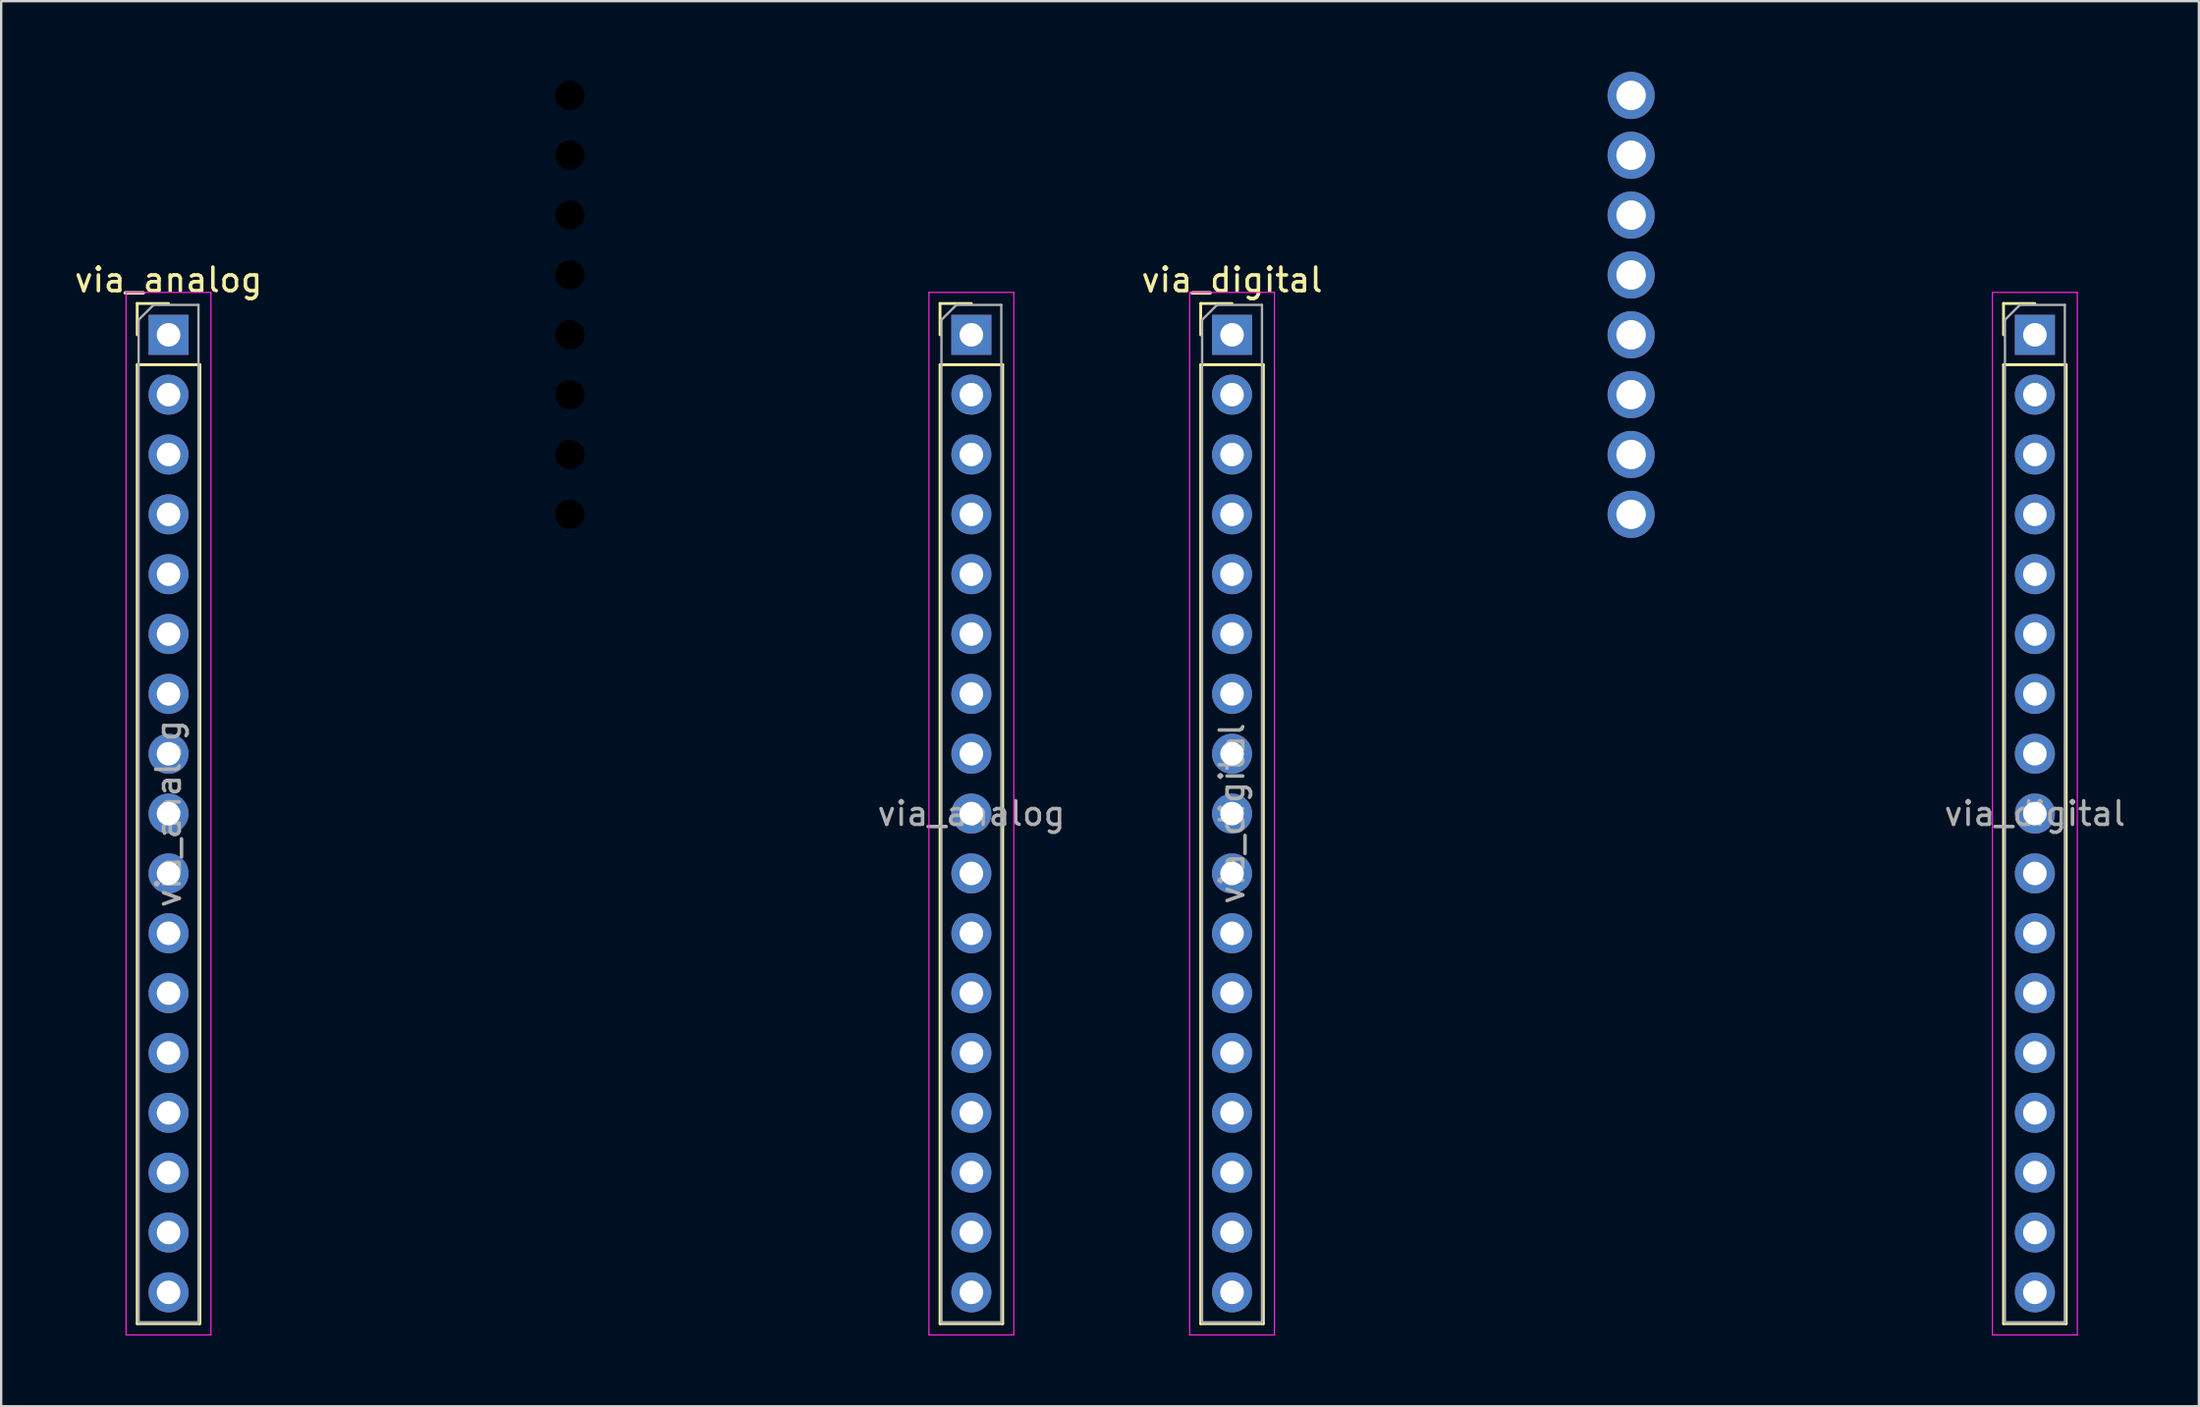
<source format=kicad_pcb>
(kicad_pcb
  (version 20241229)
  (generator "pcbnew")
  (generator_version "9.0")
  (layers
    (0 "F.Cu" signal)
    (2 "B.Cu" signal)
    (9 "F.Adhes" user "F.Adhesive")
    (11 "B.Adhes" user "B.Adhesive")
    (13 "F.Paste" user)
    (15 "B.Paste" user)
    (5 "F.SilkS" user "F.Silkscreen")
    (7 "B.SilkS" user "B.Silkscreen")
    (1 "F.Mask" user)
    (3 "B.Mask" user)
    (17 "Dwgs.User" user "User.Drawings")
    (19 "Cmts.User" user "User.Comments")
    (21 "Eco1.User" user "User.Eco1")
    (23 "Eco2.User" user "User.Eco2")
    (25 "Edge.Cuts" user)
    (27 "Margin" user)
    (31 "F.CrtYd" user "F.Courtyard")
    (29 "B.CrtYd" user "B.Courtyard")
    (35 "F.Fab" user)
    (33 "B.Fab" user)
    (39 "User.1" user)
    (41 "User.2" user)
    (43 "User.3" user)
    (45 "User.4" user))
  (footprint "via_analog"
    (layer "F.Cu")
    (at 4.101 11.16)
    (property "Reference" "via_analog" (at 0 -2.33 0) (layer "F.SilkS") (effects (font (size 1 1) (thickness 0.15))))
    (attr through_hole)
    (fp_line (start -1.33 -1.33) (end 0 -1.33) (stroke (width 0.12) (type solid)) (layer "F.SilkS"))
    (fp_line (start -1.33 0) (end -1.33 -1.33) (stroke (width 0.12) (type solid)) (layer "F.SilkS"))
    (fp_line (start -1.33 1.27) (end -1.33 41.97) (stroke (width 0.12) (type solid)) (layer "F.SilkS"))
    (fp_line (start -1.33 1.27) (end 1.33 1.27) (stroke (width 0.12) (type solid)) (layer "F.SilkS"))
    (fp_line (start -1.33 41.97) (end 1.33 41.97) (stroke (width 0.12) (type solid)) (layer "F.SilkS"))
    (fp_line (start 1.33 1.27) (end 1.33 41.97) (stroke (width 0.12) (type solid)) (layer "F.SilkS"))
    (fp_line (start 32.734 -1.33) (end 34.064 -1.33) (stroke (width 0.12) (type solid)) (layer "F.SilkS"))
    (fp_line (start 32.734 0) (end 32.734 -1.33) (stroke (width 0.12) (type solid)) (layer "F.SilkS"))
    (fp_line (start 32.734 1.27) (end 32.734 41.97) (stroke (width 0.12) (type solid)) (layer "F.SilkS"))
    (fp_line (start 32.734 1.27) (end 35.394 1.27) (stroke (width 0.12) (type solid)) (layer "F.SilkS"))
    (fp_line (start 32.734 41.97) (end 35.394 41.97) (stroke (width 0.12) (type solid)) (layer "F.SilkS"))
    (fp_line (start 35.394 1.27) (end 35.394 41.97) (stroke (width 0.12) (type solid)) (layer "F.SilkS"))
    (fp_line (start -1.8 -1.8) (end -1.8 42.45) (stroke (width 0.05) (type solid)) (layer "F.CrtYd"))
    (fp_line (start -1.8 42.45) (end 1.8 42.45) (stroke (width 0.05) (type solid)) (layer "F.CrtYd"))
    (fp_line (start 1.8 -1.8) (end -1.8 -1.8) (stroke (width 0.05) (type solid)) (layer "F.CrtYd"))
    (fp_line (start 1.8 42.45) (end 1.8 -1.8) (stroke (width 0.05) (type solid)) (layer "F.CrtYd"))
    (fp_line (start 32.264 -1.8) (end 32.264 42.45) (stroke (width 0.05) (type solid)) (layer "F.CrtYd"))
    (fp_line (start 32.264 42.45) (end 35.864 42.45) (stroke (width 0.05) (type solid)) (layer "F.CrtYd"))
    (fp_line (start 35.864 -1.8) (end 32.264 -1.8) (stroke (width 0.05) (type solid)) (layer "F.CrtYd"))
    (fp_line (start 35.864 42.45) (end 35.864 -1.8) (stroke (width 0.05) (type solid)) (layer "F.CrtYd"))
    (fp_line (start -1.27 -0.635) (end -0.635 -1.27) (stroke (width 0.1) (type solid)) (layer "F.Fab"))
    (fp_line (start -1.27 41.91) (end -1.27 -0.635) (stroke (width 0.1) (type solid)) (layer "F.Fab"))
    (fp_line (start -0.635 -1.27) (end 1.27 -1.27) (stroke (width 0.1) (type solid)) (layer "F.Fab"))
    (fp_line (start 1.27 -1.27) (end 1.27 41.91) (stroke (width 0.1) (type solid)) (layer "F.Fab"))
    (fp_line (start 1.27 41.91) (end -1.27 41.91) (stroke (width 0.1) (type solid)) (layer "F.Fab"))
    (fp_line (start 32.794 -0.635) (end 33.429 -1.27) (stroke (width 0.1) (type solid)) (layer "F.Fab"))
    (fp_line (start 32.794 41.91) (end 32.794 -0.635) (stroke (width 0.1) (type solid)) (layer "F.Fab"))
    (fp_line (start 33.429 -1.27) (end 35.334 -1.27) (stroke (width 0.1) (type solid)) (layer "F.Fab"))
    (fp_line (start 35.334 -1.27) (end 35.334 41.91) (stroke (width 0.1) (type solid)) (layer "F.Fab"))
    (fp_line (start 35.334 41.91) (end 32.794 41.91) (stroke (width 0.1) (type solid)) (layer "F.Fab"))
    (fp_text user "${REFERENCE}" (at 0 20.32 90) (layer "F.Fab") (effects (font (size 1 1) (thickness 0.15))))
    (fp_text user "${REFERENCE}" (at 34.064 20.32 0) (layer "F.Fab") (effects (font (size 1 1) (thickness 0.15))))
    (pad "" np_thru_hole circle (at 17.032 -10.16) (size 2 2) (drill 1.25) (layers "*.Mask"))
    (pad "" np_thru_hole circle (at 17.032 -7.62) (size 2 2) (drill 1.25) (layers "*.Mask"))
    (pad "" np_thru_hole circle (at 17.032 -5.08) (size 2 2) (drill 1.25) (layers "*.Mask"))
    (pad "" np_thru_hole circle (at 17.032 -2.54) (size 2 2) (drill 1.25) (layers "*.Mask"))
    (pad "" np_thru_hole circle (at 17.032 0) (size 2 2) (drill 1.25) (layers "*.Mask"))
    (pad "" np_thru_hole circle (at 17.032 2.54) (size 2 2) (drill 1.25) (layers "*.Mask"))
    (pad "" np_thru_hole circle (at 17.032 5.08) (size 2 2) (drill 1.25) (layers "*.Mask"))
    (pad "" np_thru_hole circle (at 17.032 7.62) (size 2 2) (drill 1.25) (layers "*.Mask"))
    (pad "1" thru_hole rect (at 0 0) (size 1.7 1.7) (drill 1) (layers "*.Cu" "*.Mask"))
    (pad "2" thru_hole oval (at 0 2.54) (size 1.7 1.7) (drill 1) (layers "*.Cu" "*.Mask"))
    (pad "3" thru_hole oval (at 0 5.08) (size 1.7 1.7) (drill 1) (layers "*.Cu" "*.Mask"))
    (pad "4" thru_hole oval (at 0 7.62) (size 1.7 1.7) (drill 1) (layers "*.Cu" "*.Mask"))
    (pad "5" thru_hole oval (at 0 10.16) (size 1.7 1.7) (drill 1) (layers "*.Cu" "*.Mask"))
    (pad "6" thru_hole oval (at 0 12.7) (size 1.7 1.7) (drill 1) (layers "*.Cu" "*.Mask"))
    (pad "7" thru_hole oval (at 0 15.24) (size 1.7 1.7) (drill 1) (layers "*.Cu" "*.Mask"))
    (pad "8" thru_hole oval (at 0 17.78) (size 1.7 1.7) (drill 1) (layers "*.Cu" "*.Mask"))
    (pad "9" thru_hole oval (at 0 20.32) (size 1.7 1.7) (drill 1) (layers "*.Cu" "*.Mask"))
    (pad "10" thru_hole oval (at 0 22.86) (size 1.7 1.7) (drill 1) (layers "*.Cu" "*.Mask"))
    (pad "11" thru_hole oval (at 0 25.4) (size 1.7 1.7) (drill 1) (layers "*.Cu" "*.Mask"))
    (pad "12" thru_hole oval (at 0 27.94) (size 1.7 1.7) (drill 1) (layers "*.Cu" "*.Mask"))
    (pad "13" thru_hole oval (at 0 30.48) (size 1.7 1.7) (drill 1) (layers "*.Cu" "*.Mask"))
    (pad "14" thru_hole oval (at 0 33.02) (size 1.7 1.7) (drill 1) (layers "*.Cu" "*.Mask"))
    (pad "15" thru_hole oval (at 0 35.56) (size 1.7 1.7) (drill 1) (layers "*.Cu" "*.Mask"))
    (pad "16" thru_hole oval (at 0 38.1) (size 1.7 1.7) (drill 1) (layers "*.Cu" "*.Mask"))
    (pad "17" thru_hole oval (at 0 40.64) (size 1.7 1.7) (drill 1) (layers "*.Cu" "*.Mask"))
    (pad "18" thru_hole rect (at 34.064 0) (size 1.7 1.7) (drill 1) (layers "*.Cu" "*.Mask"))
    (pad "19" thru_hole oval (at 34.064 2.54) (size 1.7 1.7) (drill 1) (layers "*.Cu" "*.Mask"))
    (pad "20" thru_hole oval (at 34.064 5.08) (size 1.7 1.7) (drill 1) (layers "*.Cu" "*.Mask"))
    (pad "21" thru_hole oval (at 34.064 7.62) (size 1.7 1.7) (drill 1) (layers "*.Cu" "*.Mask"))
    (pad "22" thru_hole oval (at 34.064 10.16) (size 1.7 1.7) (drill 1) (layers "*.Cu" "*.Mask"))
    (pad "23" thru_hole oval (at 34.064 12.7) (size 1.7 1.7) (drill 1) (layers "*.Cu" "*.Mask"))
    (pad "24" thru_hole oval (at 34.064 15.24) (size 1.7 1.7) (drill 1) (layers "*.Cu" "*.Mask"))
    (pad "25" thru_hole oval (at 34.064 17.78) (size 1.7 1.7) (drill 1) (layers "*.Cu" "*.Mask"))
    (pad "26" thru_hole oval (at 34.064 20.32) (size 1.7 1.7) (drill 1) (layers "*.Cu" "*.Mask"))
    (pad "27" thru_hole oval (at 34.064 22.86) (size 1.7 1.7) (drill 1) (layers "*.Cu" "*.Mask"))
    (pad "28" thru_hole oval (at 34.064 25.4) (size 1.7 1.7) (drill 1) (layers "*.Cu" "*.Mask"))
    (pad "29" thru_hole oval (at 34.064 27.94) (size 1.7 1.7) (drill 1) (layers "*.Cu" "*.Mask"))
    (pad "30" thru_hole oval (at 34.064 30.48) (size 1.7 1.7) (drill 1) (layers "*.Cu" "*.Mask"))
    (pad "31" thru_hole oval (at 34.064 33.02) (size 1.7 1.7) (drill 1) (layers "*.Cu" "*.Mask"))
    (pad "32" thru_hole oval (at 34.064 35.56) (size 1.7 1.7) (drill 1) (layers "*.Cu" "*.Mask"))
    (pad "33" thru_hole oval (at 34.064 38.1) (size 1.7 1.7) (drill 1) (layers "*.Cu" "*.Mask"))
    (pad "34" thru_hole oval (at 34.064 40.64) (size 1.7 1.7) (drill 1) (layers "*.Cu" "*.Mask")))
  (footprint "via_digital"
    (layer "F.Cu")
    (at 49.225 11.16)
    (property "Reference" "via_digital" (at 0 -2.33 0) (layer "F.SilkS") (effects (font (size 1 1) (thickness 0.15))))
    (attr through_hole)
    (fp_line (start -1.33 -1.33) (end 0 -1.33) (stroke (width 0.12) (type solid)) (layer "F.SilkS"))
    (fp_line (start -1.33 0) (end -1.33 -1.33) (stroke (width 0.12) (type solid)) (layer "F.SilkS"))
    (fp_line (start -1.33 1.27) (end -1.33 41.97) (stroke (width 0.12) (type solid)) (layer "F.SilkS"))
    (fp_line (start -1.33 1.27) (end 1.33 1.27) (stroke (width 0.12) (type solid)) (layer "F.SilkS"))
    (fp_line (start -1.33 41.97) (end 1.33 41.97) (stroke (width 0.12) (type solid)) (layer "F.SilkS"))
    (fp_line (start 1.33 1.27) (end 1.33 41.97) (stroke (width 0.12) (type solid)) (layer "F.SilkS"))
    (fp_line (start 32.734 -1.33) (end 34.064 -1.33) (stroke (width 0.12) (type solid)) (layer "F.SilkS"))
    (fp_line (start 32.734 0) (end 32.734 -1.33) (stroke (width 0.12) (type solid)) (layer "F.SilkS"))
    (fp_line (start 32.734 1.27) (end 32.734 41.97) (stroke (width 0.12) (type solid)) (layer "F.SilkS"))
    (fp_line (start 32.734 1.27) (end 35.394 1.27) (stroke (width 0.12) (type solid)) (layer "F.SilkS"))
    (fp_line (start 32.734 41.97) (end 35.394 41.97) (stroke (width 0.12) (type solid)) (layer "F.SilkS"))
    (fp_line (start 35.394 1.27) (end 35.394 41.97) (stroke (width 0.12) (type solid)) (layer "F.SilkS"))
    (fp_line (start -1.8 -1.8) (end -1.8 42.45) (stroke (width 0.05) (type solid)) (layer "F.CrtYd"))
    (fp_line (start -1.8 42.45) (end 1.8 42.45) (stroke (width 0.05) (type solid)) (layer "F.CrtYd"))
    (fp_line (start 1.8 -1.8) (end -1.8 -1.8) (stroke (width 0.05) (type solid)) (layer "F.CrtYd"))
    (fp_line (start 1.8 42.45) (end 1.8 -1.8) (stroke (width 0.05) (type solid)) (layer "F.CrtYd"))
    (fp_line (start 32.264 -1.8) (end 32.264 42.45) (stroke (width 0.05) (type solid)) (layer "F.CrtYd"))
    (fp_line (start 32.264 42.45) (end 35.864 42.45) (stroke (width 0.05) (type solid)) (layer "F.CrtYd"))
    (fp_line (start 35.864 -1.8) (end 32.264 -1.8) (stroke (width 0.05) (type solid)) (layer "F.CrtYd"))
    (fp_line (start 35.864 42.45) (end 35.864 -1.8) (stroke (width 0.05) (type solid)) (layer "F.CrtYd"))
    (fp_line (start -1.27 -0.635) (end -0.635 -1.27) (stroke (width 0.1) (type solid)) (layer "F.Fab"))
    (fp_line (start -1.27 41.91) (end -1.27 -0.635) (stroke (width 0.1) (type solid)) (layer "F.Fab"))
    (fp_line (start -0.635 -1.27) (end 1.27 -1.27) (stroke (width 0.1) (type solid)) (layer "F.Fab"))
    (fp_line (start 1.27 -1.27) (end 1.27 41.91) (stroke (width 0.1) (type solid)) (layer "F.Fab"))
    (fp_line (start 1.27 41.91) (end -1.27 41.91) (stroke (width 0.1) (type solid)) (layer "F.Fab"))
    (fp_line (start 32.794 -0.635) (end 33.429 -1.27) (stroke (width 0.1) (type solid)) (layer "F.Fab"))
    (fp_line (start 32.794 41.91) (end 32.794 -0.635) (stroke (width 0.1) (type solid)) (layer "F.Fab"))
    (fp_line (start 33.429 -1.27) (end 35.334 -1.27) (stroke (width 0.1) (type solid)) (layer "F.Fab"))
    (fp_line (start 35.334 -1.27) (end 35.334 41.91) (stroke (width 0.1) (type solid)) (layer "F.Fab"))
    (fp_line (start 35.334 41.91) (end 32.794 41.91) (stroke (width 0.1) (type solid)) (layer "F.Fab"))
    (fp_text user "${REFERENCE}" (at 0 20.32 90) (layer "F.Fab") (effects (font (size 1 1) (thickness 0.15))))
    (fp_text user "${REFERENCE}" (at 34.064 20.32 0) (layer "F.Fab") (effects (font (size 1 1) (thickness 0.15))))
    (pad "1" thru_hole rect (at 0 0) (size 1.7 1.7) (drill 1) (layers "*.Cu" "*.Mask"))
    (pad "2" thru_hole oval (at 0 2.54) (size 1.7 1.7) (drill 1) (layers "*.Cu" "*.Mask"))
    (pad "3" thru_hole oval (at 0 5.08) (size 1.7 1.7) (drill 1) (layers "*.Cu" "*.Mask"))
    (pad "4" thru_hole oval (at 0 7.62) (size 1.7 1.7) (drill 1) (layers "*.Cu" "*.Mask"))
    (pad "5" thru_hole oval (at 0 10.16) (size 1.7 1.7) (drill 1) (layers "*.Cu" "*.Mask"))
    (pad "6" thru_hole oval (at 0 12.7) (size 1.7 1.7) (drill 1) (layers "*.Cu" "*.Mask"))
    (pad "7" thru_hole oval (at 0 15.24) (size 1.7 1.7) (drill 1) (layers "*.Cu" "*.Mask"))
    (pad "8" thru_hole oval (at 0 17.78) (size 1.7 1.7) (drill 1) (layers "*.Cu" "*.Mask"))
    (pad "9" thru_hole oval (at 0 20.32) (size 1.7 1.7) (drill 1) (layers "*.Cu" "*.Mask"))
    (pad "10" thru_hole oval (at 0 22.86) (size 1.7 1.7) (drill 1) (layers "*.Cu" "*.Mask"))
    (pad "11" thru_hole oval (at 0 25.4) (size 1.7 1.7) (drill 1) (layers "*.Cu" "*.Mask"))
    (pad "12" thru_hole oval (at 0 27.94) (size 1.7 1.7) (drill 1) (layers "*.Cu" "*.Mask"))
    (pad "13" thru_hole oval (at 0 30.48) (size 1.7 1.7) (drill 1) (layers "*.Cu" "*.Mask"))
    (pad "14" thru_hole oval (at 0 33.02) (size 1.7 1.7) (drill 1) (layers "*.Cu" "*.Mask"))
    (pad "15" thru_hole oval (at 0 35.56) (size 1.7 1.7) (drill 1) (layers "*.Cu" "*.Mask"))
    (pad "16" thru_hole oval (at 0 38.1) (size 1.7 1.7) (drill 1) (layers "*.Cu" "*.Mask"))
    (pad "17" thru_hole oval (at 0 40.64) (size 1.7 1.7) (drill 1) (layers "*.Cu" "*.Mask"))
    (pad "18" thru_hole rect (at 34.064 0) (size 1.7 1.7) (drill 1) (layers "*.Cu" "*.Mask"))
    (pad "19" thru_hole oval (at 34.064 2.54) (size 1.7 1.7) (drill 1) (layers "*.Cu" "*.Mask"))
    (pad "20" thru_hole oval (at 34.064 5.08) (size 1.7 1.7) (drill 1) (layers "*.Cu" "*.Mask"))
    (pad "21" thru_hole oval (at 34.064 7.62) (size 1.7 1.7) (drill 1) (layers "*.Cu" "*.Mask"))
    (pad "22" thru_hole oval (at 34.064 10.16) (size 1.7 1.7) (drill 1) (layers "*.Cu" "*.Mask"))
    (pad "23" thru_hole oval (at 34.064 12.7) (size 1.7 1.7) (drill 1) (layers "*.Cu" "*.Mask"))
    (pad "24" thru_hole oval (at 34.064 15.24) (size 1.7 1.7) (drill 1) (layers "*.Cu" "*.Mask"))
    (pad "25" thru_hole oval (at 34.064 17.78) (size 1.7 1.7) (drill 1) (layers "*.Cu" "*.Mask"))
    (pad "26" thru_hole oval (at 34.064 20.32) (size 1.7 1.7) (drill 1) (layers "*.Cu" "*.Mask"))
    (pad "27" thru_hole oval (at 34.064 22.86) (size 1.7 1.7) (drill 1) (layers "*.Cu" "*.Mask"))
    (pad "28" thru_hole oval (at 34.064 25.4) (size 1.7 1.7) (drill 1) (layers "*.Cu" "*.Mask"))
    (pad "29" thru_hole oval (at 34.064 27.94) (size 1.7 1.7) (drill 1) (layers "*.Cu" "*.Mask"))
    (pad "30" thru_hole oval (at 34.064 30.48) (size 1.7 1.7) (drill 1) (layers "*.Cu" "*.Mask"))
    (pad "31" thru_hole oval (at 34.064 33.02) (size 1.7 1.7) (drill 1) (layers "*.Cu" "*.Mask"))
    (pad "32" thru_hole oval (at 34.064 35.56) (size 1.7 1.7) (drill 1) (layers "*.Cu" "*.Mask"))
    (pad "33" thru_hole oval (at 34.064 38.1) (size 1.7 1.7) (drill 1) (layers "*.Cu" "*.Mask"))
    (pad "34" thru_hole oval (at 34.064 40.64) (size 1.7 1.7) (drill 1) (layers "*.Cu" "*.Mask"))
    (pad "35" thru_hole circle (at 16.932 -10.16) (size 2 2) (drill 1.25) (layers "*.Cu" "*.Mask"))
    (pad "36" thru_hole circle (at 16.932 -7.62) (size 2 2) (drill 1.25) (layers "*.Cu" "*.Mask"))
    (pad "37" thru_hole circle (at 16.932 -5.08) (size 2 2) (drill 1.25) (layers "*.Cu" "*.Mask"))
    (pad "38" thru_hole circle (at 16.932 -2.54) (size 2 2) (drill 1.25) (layers "*.Cu" "*.Mask"))
    (pad "39" thru_hole circle (at 16.932 0) (size 2 2) (drill 1.25) (layers "*.Cu" "*.Mask"))
    (pad "40" thru_hole circle (at 16.932 2.54) (size 2 2) (drill 1.25) (layers "*.Cu" "*.Mask"))
    (pad "41" thru_hole circle (at 16.932 5.08) (size 2 2) (drill 1.25) (layers "*.Cu" "*.Mask"))
    (pad "42" thru_hole circle (at 16.932 7.62) (size 2 2) (drill 1.25) (layers "*.Cu" "*.Mask")))
  (gr_rect
    (start -3 -3)
    (end 90.247 56.635)
    (stroke (width 0.1) (type default))
    (fill no)
    (layer "Edge.Cuts")))
</source>
